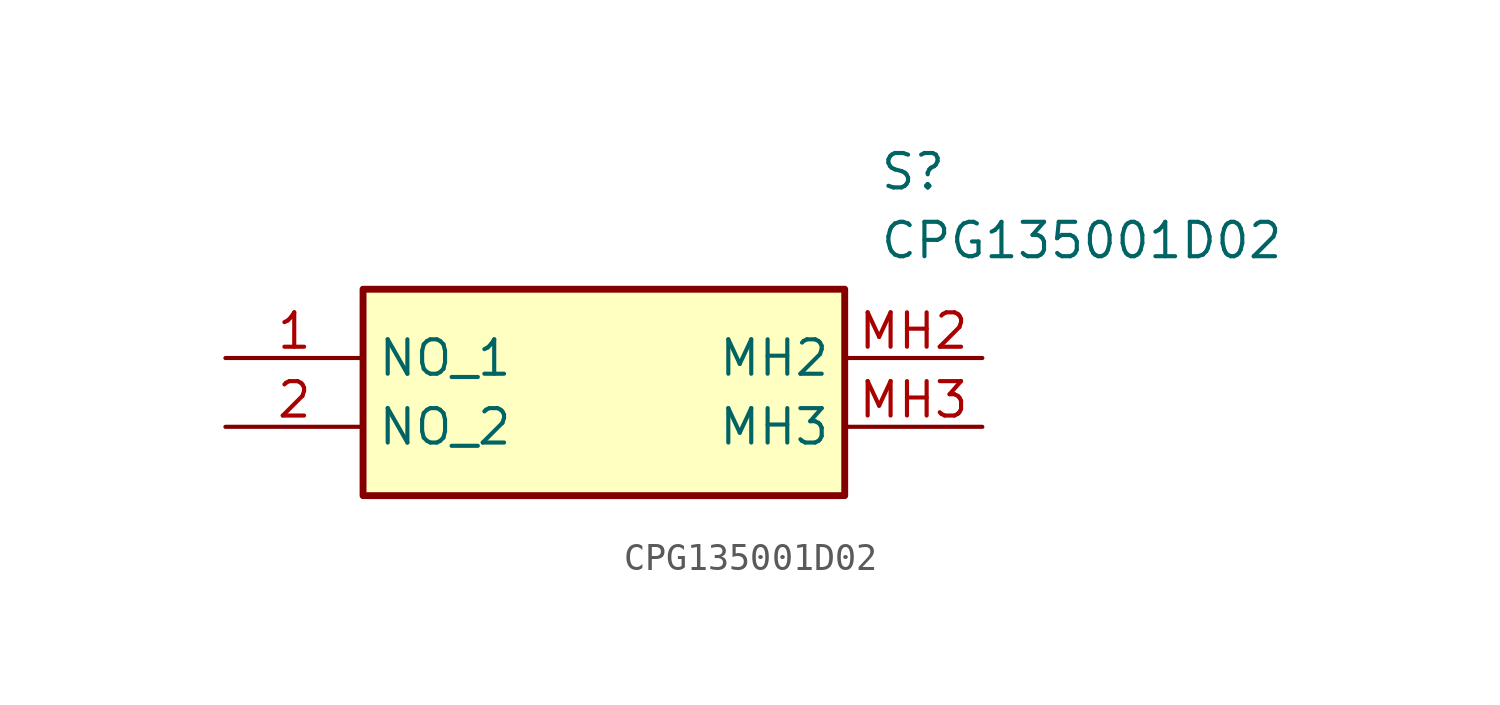
<source format=kicad_sym>
(kicad_symbol_lib
  (version 20211014)
  (generator SamacSys_ECAD_Model)
  (symbol "CPG135001D02"
    (property "Reference" "S"
      (at 24.13 7.62 0)
      (effects (font (size 1.27 1.27)) (justify left top)))
    (property "Value" "CPG135001D02"
      (at 24.13 5.08 0)
      (effects (font (size 1.27 1.27)) (justify left top)))
    (rectangle
      (start 5.08 2.54)
      (end 22.86 -5.08)
      (stroke (width 0.254) (type default))
      (fill (type background)))
    (pin passive line
      (at 0 0 0)
      (length 5.08)
      (name "NO_1" (effects (font (size 1.27 1.27))))
      (number "1" (effects (font (size 1.27 1.27)))))
    (pin passive line
      (at 0 -2.54 0)
      (length 5.08)
      (name "NO_2" (effects (font (size 1.27 1.27))))
      (number "2" (effects (font (size 1.27 1.27)))))
    (pin passive line
      (at 27.94 0 180)
      (length 5.08)
      (name "MH2" (effects (font (size 1.27 1.27))))
      (number "MH2" (effects (font (size 1.27 1.27)))))
    (pin passive line
      (at 27.94 -2.54 180)
      (length 5.08)
      (name "MH3" (effects (font (size 1.27 1.27))))
      (number "MH3" (effects (font (size 1.27 1.27)))))))
</source>
